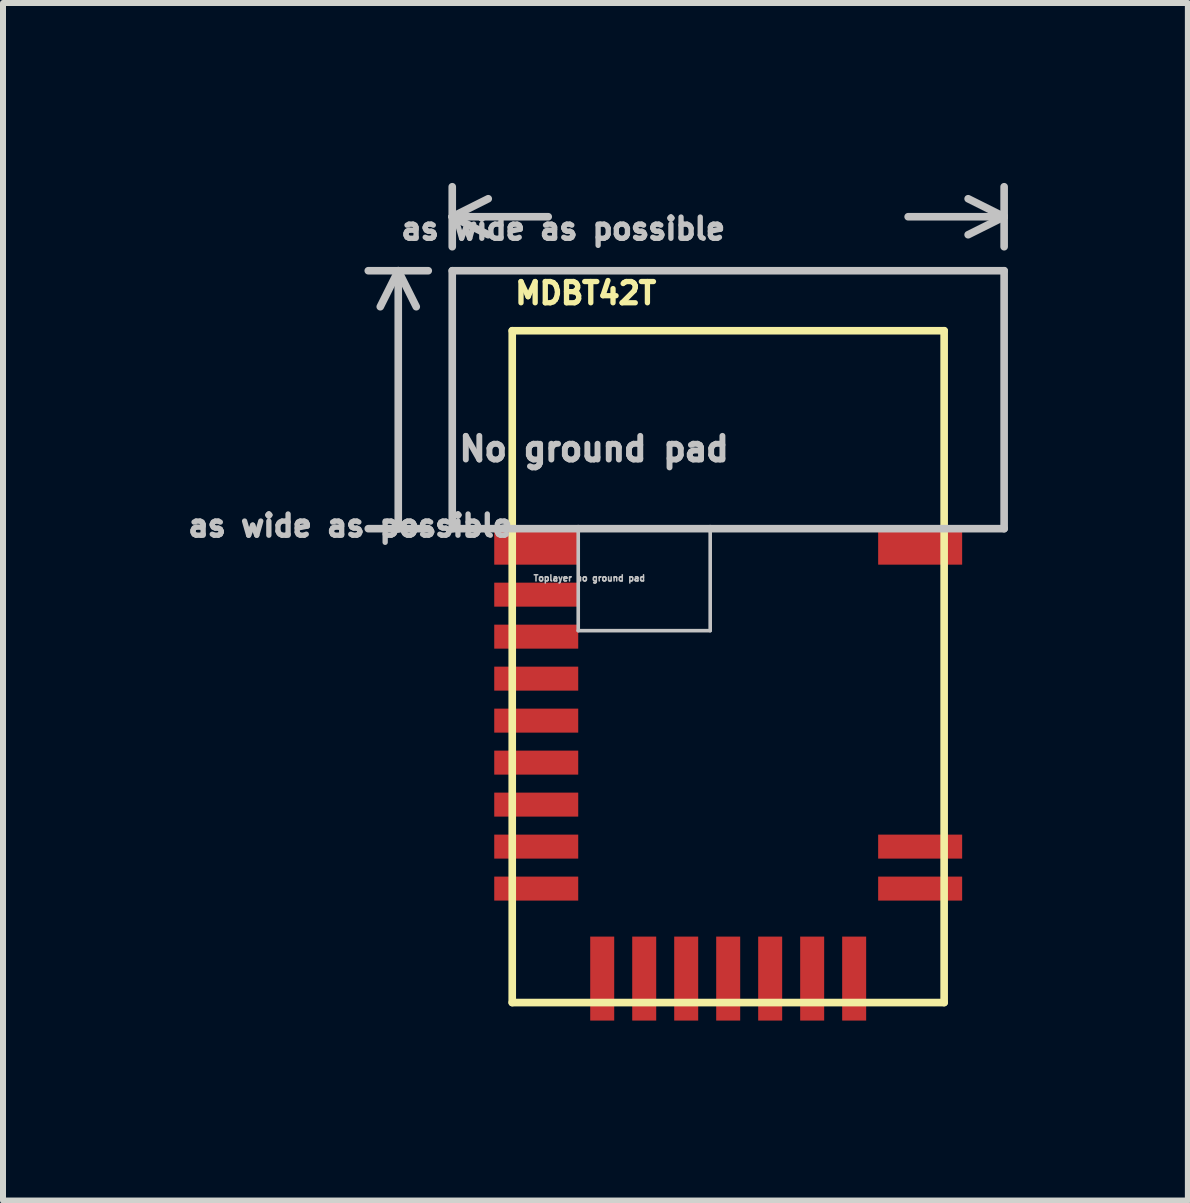
<source format=kicad_pcb>
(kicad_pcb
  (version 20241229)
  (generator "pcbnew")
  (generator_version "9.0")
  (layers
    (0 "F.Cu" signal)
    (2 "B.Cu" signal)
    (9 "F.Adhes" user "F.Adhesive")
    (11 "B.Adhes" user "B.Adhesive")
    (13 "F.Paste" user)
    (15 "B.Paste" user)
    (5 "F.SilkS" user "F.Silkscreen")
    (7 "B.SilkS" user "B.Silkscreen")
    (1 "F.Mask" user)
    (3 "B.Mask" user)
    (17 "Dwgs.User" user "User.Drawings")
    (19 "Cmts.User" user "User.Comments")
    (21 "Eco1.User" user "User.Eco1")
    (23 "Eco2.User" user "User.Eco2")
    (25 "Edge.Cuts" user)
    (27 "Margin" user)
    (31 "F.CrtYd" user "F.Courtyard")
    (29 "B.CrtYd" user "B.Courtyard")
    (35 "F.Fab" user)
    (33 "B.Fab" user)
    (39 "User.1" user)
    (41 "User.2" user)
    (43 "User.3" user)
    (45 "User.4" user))
  (footprint "MDBT42T"
    (layer "F.Cu")
    (at 9.089 8.063)
    (property "Reference" "MDBT42T" (at -2.375 -6.225 0) (layer "F.SilkS") (effects (font (size 0.354 0.354) (thickness 0.15))))
    (attr smd)
    (fp_line (start -3.6 -5.6) (end 3.6 -5.6) (stroke (width 0.127) (type solid)) (layer "F.SilkS"))
    (fp_line (start -3.6 5.6) (end -3.6 -5.6) (stroke (width 0.127) (type solid)) (layer "F.SilkS"))
    (fp_line (start 3.6 -5.6) (end 3.6 5.6) (stroke (width 0.127) (type solid)) (layer "F.SilkS"))
    (fp_line (start 3.6 5.6) (end -3.6 5.6) (stroke (width 0.127) (type solid)) (layer "F.SilkS"))
    (fp_line (start -5.8 -6) (end -5.5 -6.6) (stroke (width 0.127) (type solid)) (layer "Dwgs.User"))
    (fp_line (start -5.5 -6.6) (end -6 -6.6) (stroke (width 0.127) (type solid)) (layer "Dwgs.User"))
    (fp_line (start -5.5 -6.6) (end -5.5 -2.3) (stroke (width 0.127) (type solid)) (layer "Dwgs.User"))
    (fp_line (start -5.5 -2.3) (end -6 -2.3) (stroke (width 0.127) (type solid)) (layer "Dwgs.User"))
    (fp_line (start -5.2 -6) (end -5.5 -6.6) (stroke (width 0.127) (type solid)) (layer "Dwgs.User"))
    (fp_line (start -5 -6.6) (end -5.5 -6.6) (stroke (width 0.127) (type solid)) (layer "Dwgs.User"))
    (fp_line (start -5 -2.3) (end -5.5 -2.3) (stroke (width 0.127) (type solid)) (layer "Dwgs.User"))
    (fp_line (start -4.6 -7.5) (end -4.6 -8) (stroke (width 0.127) (type solid)) (layer "Dwgs.User"))
    (fp_line (start -4.6 -7.5) (end -4 -7.8) (stroke (width 0.127) (type solid)) (layer "Dwgs.User"))
    (fp_line (start -4.6 -7.5) (end -4 -7.2) (stroke (width 0.127) (type solid)) (layer "Dwgs.User"))
    (fp_line (start -4.6 -7.5) (end -3 -7.5) (stroke (width 0.127) (type solid)) (layer "Dwgs.User"))
    (fp_line (start -4.6 -7) (end -4.6 -7.5) (stroke (width 0.127) (type solid)) (layer "Dwgs.User"))
    (fp_line (start -4.6 -6.6) (end -4.6 -2.3) (stroke (width 0.127) (type solid)) (layer "Dwgs.User"))
    (fp_line (start -4.6 -6.6) (end 4.6 -6.6) (stroke (width 0.127) (type solid)) (layer "Dwgs.User"))
    (fp_line (start -4.6 -2.3) (end -2.5 -2.3) (stroke (width 0.127) (type solid)) (layer "Dwgs.User"))
    (fp_line (start -2.5 -2.3) (end -2.5 -0.6) (stroke (width 0.06) (type solid)) (layer "Dwgs.User"))
    (fp_line (start -2.5 -2.3) (end -0.3 -2.3) (stroke (width 0.127) (type solid)) (layer "Dwgs.User"))
    (fp_line (start -2.5 -0.6) (end -0.3 -0.6) (stroke (width 0.06) (type solid)) (layer "Dwgs.User"))
    (fp_line (start -0.3 -2.3) (end 4.6 -2.3) (stroke (width 0.127) (type solid)) (layer "Dwgs.User"))
    (fp_line (start -0.3 -0.6) (end -0.3 -2.3) (stroke (width 0.06) (type solid)) (layer "Dwgs.User"))
    (fp_line (start 4 -7.8) (end 4.6 -7.5) (stroke (width 0.127) (type solid)) (layer "Dwgs.User"))
    (fp_line (start 4 -7.2) (end 4.6 -7.5) (stroke (width 0.127) (type solid)) (layer "Dwgs.User"))
    (fp_line (start 4.6 -8) (end 4.6 -7.5) (stroke (width 0.127) (type solid)) (layer "Dwgs.User"))
    (fp_line (start 4.6 -7.5) (end 3 -7.5) (stroke (width 0.127) (type solid)) (layer "Dwgs.User"))
    (fp_line (start 4.6 -7.5) (end 4.6 -7) (stroke (width 0.127) (type solid)) (layer "Dwgs.User"))
    (fp_line (start 4.6 -6.6) (end 4.6 -2.3) (stroke (width 0.127) (type solid)) (layer "Dwgs.User"))
    (fp_text user "No ground pad" (at -2.235 -3.63 0) (layer "Dwgs.User") (effects (font (size 0.394 0.394) (thickness 0.15))))
    (fp_text user "as wide as possible" (at -2.75 -7.3 0) (layer "Dwgs.User") (effects (font (size 0.354 0.354) (thickness 0.15))))
    (fp_text user "as wide as possible" (at -6.3 -2.35 0) (layer "Dwgs.User") (effects (font (size 0.354 0.354) (thickness 0.15))))
    (fp_text user "Toplayer no ground pad" (at -2.315 -1.475 0) (layer "Dwgs.User") (effects (font (size 0.102 0.102) (thickness 0.15))))
    (pad "1" smd rect (at -3.2 -2) (size 1.4 0.6) (layers "F.Cu" "F.Mask" "F.Paste"))
    (pad "2" smd rect (at -3.2 -1.2) (size 1.4 0.4) (layers "F.Cu" "F.Mask" "F.Paste"))
    (pad "3" smd rect (at -3.2 -0.5) (size 1.4 0.4) (layers "F.Cu" "F.Mask" "F.Paste"))
    (pad "4" smd rect (at -3.2 0.2) (size 1.4 0.4) (layers "F.Cu" "F.Mask" "F.Paste"))
    (pad "5" smd rect (at -3.2 0.9) (size 1.4 0.4) (layers "F.Cu" "F.Mask" "F.Paste"))
    (pad "6" smd rect (at -3.2 1.6) (size 1.4 0.4) (layers "F.Cu" "F.Mask" "F.Paste"))
    (pad "7" smd rect (at -3.2 2.3) (size 1.4 0.4) (layers "F.Cu" "F.Mask" "F.Paste"))
    (pad "8" smd rect (at -3.2 3) (size 1.4 0.4) (layers "F.Cu" "F.Mask" "F.Paste"))
    (pad "9" smd rect (at -3.2 3.7) (size 1.4 0.4) (layers "F.Cu" "F.Mask" "F.Paste"))
    (pad "10" smd rect (at -2.1 5.2) (size 0.4 1.4) (layers "F.Cu" "F.Mask" "F.Paste"))
    (pad "11" smd rect (at -1.4 5.2) (size 0.4 1.4) (layers "F.Cu" "F.Mask" "F.Paste"))
    (pad "12" smd rect (at -0.7 5.2) (size 0.4 1.4) (layers "F.Cu" "F.Mask" "F.Paste"))
    (pad "13" smd rect (at 0 5.2) (size 0.4 1.4) (layers "F.Cu" "F.Mask" "F.Paste"))
    (pad "14" smd rect (at 0.7 5.2) (size 0.4 1.4) (layers "F.Cu" "F.Mask" "F.Paste"))
    (pad "15" smd rect (at 1.4 5.2) (size 0.4 1.4) (layers "F.Cu" "F.Mask" "F.Paste"))
    (pad "16" smd rect (at 2.1 5.2) (size 0.4 1.4) (layers "F.Cu" "F.Mask" "F.Paste"))
    (pad "17" smd rect (at 3.2 3.7) (size 1.4 0.4) (layers "F.Cu" "F.Mask" "F.Paste"))
    (pad "18" smd rect (at 3.2 3) (size 1.4 0.4) (layers "F.Cu" "F.Mask" "F.Paste"))
    (pad "19" smd rect (at 3.2 -2) (size 1.4 0.6) (layers "F.Cu" "F.Mask" "F.Paste")))
  (gr_rect
    (start -3 -3)
    (end 16.752 16.963)
    (stroke (width 0.1) (type default))
    (fill no)
    (layer "Edge.Cuts")))
</source>
